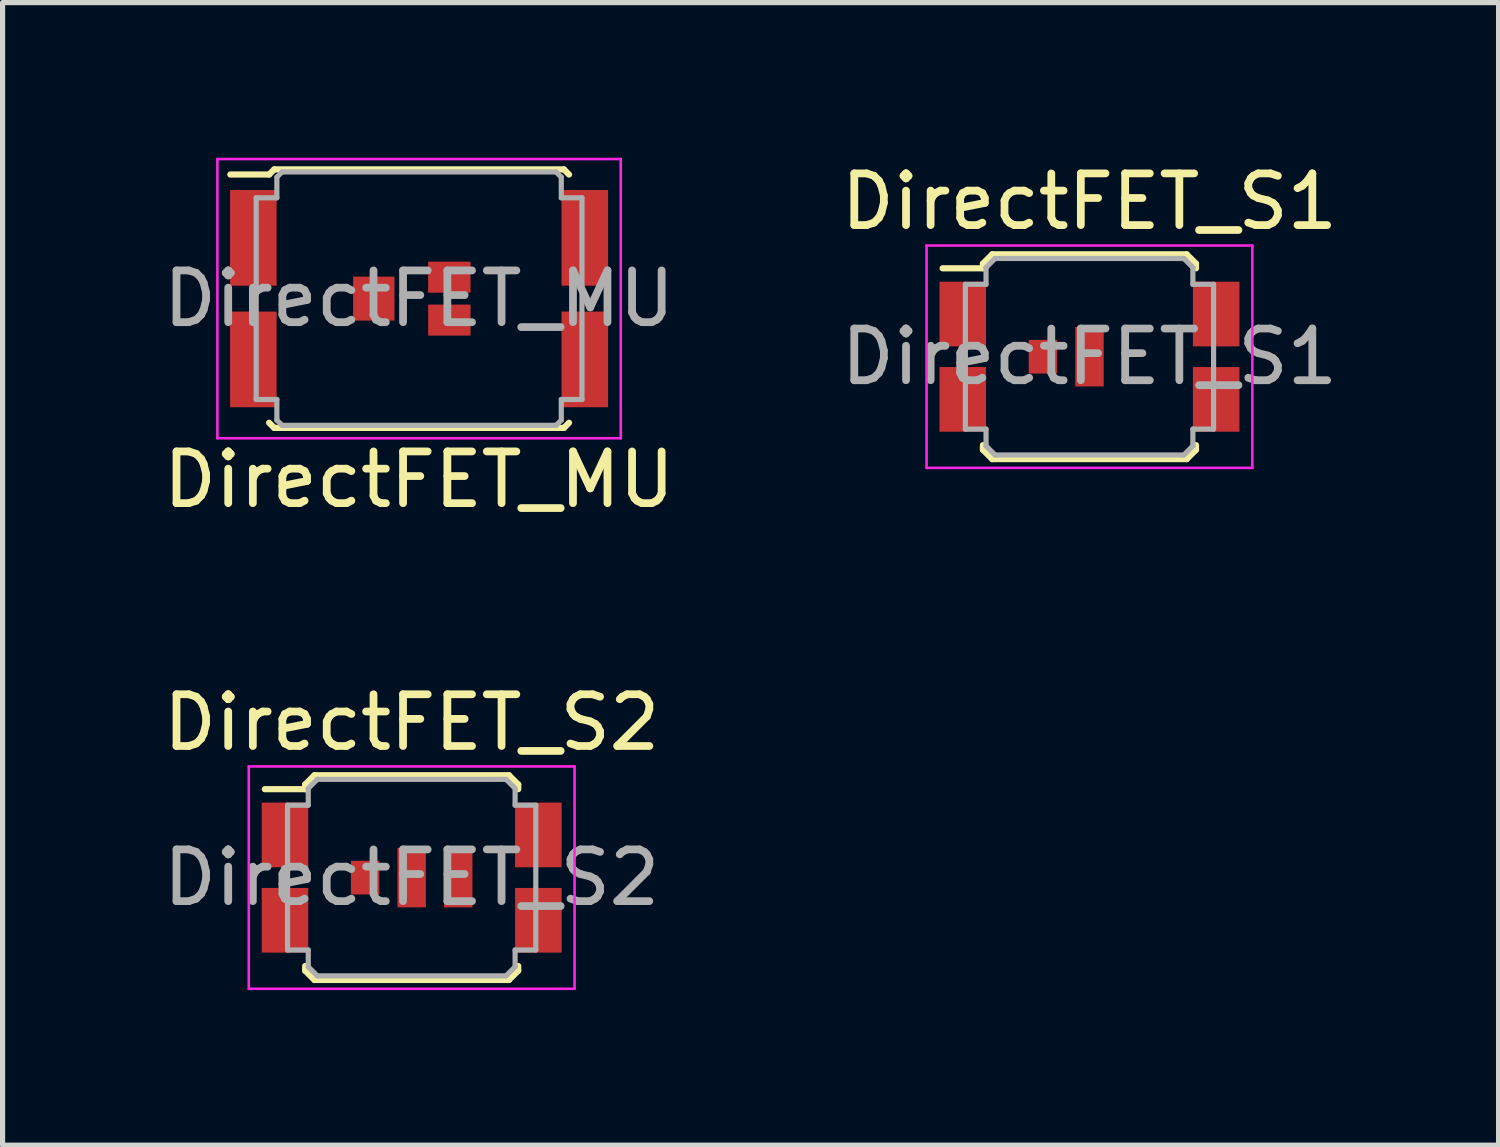
<source format=kicad_pcb>
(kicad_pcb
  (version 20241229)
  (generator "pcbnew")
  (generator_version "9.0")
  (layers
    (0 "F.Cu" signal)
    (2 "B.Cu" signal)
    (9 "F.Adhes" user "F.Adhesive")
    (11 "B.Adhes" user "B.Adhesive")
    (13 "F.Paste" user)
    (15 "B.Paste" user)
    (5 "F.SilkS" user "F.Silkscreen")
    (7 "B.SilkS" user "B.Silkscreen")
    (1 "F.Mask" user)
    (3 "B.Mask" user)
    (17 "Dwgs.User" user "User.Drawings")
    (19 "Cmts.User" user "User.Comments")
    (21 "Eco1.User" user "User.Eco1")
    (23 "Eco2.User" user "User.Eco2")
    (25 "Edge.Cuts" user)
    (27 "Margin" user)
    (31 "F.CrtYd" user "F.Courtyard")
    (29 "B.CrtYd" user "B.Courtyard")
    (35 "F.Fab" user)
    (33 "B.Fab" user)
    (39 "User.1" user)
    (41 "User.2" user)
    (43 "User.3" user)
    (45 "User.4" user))
  (footprint "DirectFET_S2"
    (layer "F.Cu")
    (at 4.911 13.921)
    (property "Reference" "DirectFET_S2" (at 0 -3 0) (layer "F.SilkS") (effects (font (size 1 1) (thickness 0.15))))
    (attr smd)
    (fp_line (start -2.84 -1.71) (end -2.06 -1.71) (stroke (width 0.12) (type solid)) (layer "F.SilkS"))
    (fp_line (start -2.06 -1.8) (end -1.88 -1.98) (stroke (width 0.12) (type solid)) (layer "F.SilkS"))
    (fp_line (start -2.06 -1.71) (end -2.06 -1.8) (stroke (width 0.12) (type solid)) (layer "F.SilkS"))
    (fp_line (start -2.06 1.71) (end -2.06 1.8) (stroke (width 0.12) (type solid)) (layer "F.SilkS"))
    (fp_line (start -2.06 1.8) (end -1.88 1.98) (stroke (width 0.12) (type solid)) (layer "F.SilkS"))
    (fp_line (start -1.88 -1.98) (end 1.88 -1.98) (stroke (width 0.12) (type solid)) (layer "F.SilkS"))
    (fp_line (start -1.88 1.98) (end 1.88 1.98) (stroke (width 0.12) (type solid)) (layer "F.SilkS"))
    (fp_line (start 2.06 -1.8) (end 1.88 -1.98) (stroke (width 0.12) (type solid)) (layer "F.SilkS"))
    (fp_line (start 2.06 -1.71) (end 2.06 -1.8) (stroke (width 0.12) (type solid)) (layer "F.SilkS"))
    (fp_line (start 2.06 1.71) (end 2.06 1.8) (stroke (width 0.12) (type solid)) (layer "F.SilkS"))
    (fp_line (start 2.06 1.8) (end 1.88 1.98) (stroke (width 0.12) (type solid)) (layer "F.SilkS"))
    (fp_line (start -3.15 -2.15) (end -3.15 2.15) (stroke (width 0.05) (type solid)) (layer "F.CrtYd"))
    (fp_line (start -3.15 -2.15) (end 3.15 -2.15) (stroke (width 0.05) (type solid)) (layer "F.CrtYd"))
    (fp_line (start -3.15 2.15) (end 3.15 2.15) (stroke (width 0.05) (type solid)) (layer "F.CrtYd"))
    (fp_line (start 3.15 -2.15) (end 3.15 2.15) (stroke (width 0.05) (type solid)) (layer "F.CrtYd"))
    (fp_line (start -2.4 -1.4) (end -2 -1.4) (stroke (width 0.1) (type solid)) (layer "F.Fab"))
    (fp_line (start -2.4 1.4) (end -2.4 -1.4) (stroke (width 0.1) (type solid)) (layer "F.Fab"))
    (fp_line (start -2.4 1.4) (end -2 1.4) (stroke (width 0.1) (type solid)) (layer "F.Fab"))
    (fp_line (start -2 -1.725) (end -1.825 -1.9) (stroke (width 0.1) (type solid)) (layer "F.Fab"))
    (fp_line (start -2 -1.4) (end -2 -1.725) (stroke (width 0.1) (type solid)) (layer "F.Fab"))
    (fp_line (start -2 1.4) (end -2 1.725) (stroke (width 0.1) (type solid)) (layer "F.Fab"))
    (fp_line (start -2 1.725) (end -1.825 1.9) (stroke (width 0.1) (type solid)) (layer "F.Fab"))
    (fp_line (start -1.825 -1.9) (end 1.825 -1.9) (stroke (width 0.1) (type solid)) (layer "F.Fab"))
    (fp_line (start -1.825 1.9) (end 1.825 1.9) (stroke (width 0.1) (type solid)) (layer "F.Fab"))
    (fp_line (start 1.825 -1.9) (end 2 -1.725) (stroke (width 0.1) (type solid)) (layer "F.Fab"))
    (fp_line (start 1.825 1.9) (end 2 1.725) (stroke (width 0.1) (type solid)) (layer "F.Fab"))
    (fp_line (start 2 -1.4) (end 2 -1.725) (stroke (width 0.1) (type solid)) (layer "F.Fab"))
    (fp_line (start 2 1.4) (end 2 1.725) (stroke (width 0.1) (type solid)) (layer "F.Fab"))
    (fp_line (start 2.4 -1.4) (end 2 -1.4) (stroke (width 0.1) (type solid)) (layer "F.Fab"))
    (fp_line (start 2.4 1.4) (end 2 1.4) (stroke (width 0.1) (type solid)) (layer "F.Fab"))
    (fp_line (start 2.4 1.4) (end 2.4 -1.4) (stroke (width 0.1) (type solid)) (layer "F.Fab"))
    (fp_text user "${REFERENCE}" (at 0 0 0) (layer "F.Fab") (effects (font (size 1 1) (thickness 0.15))))
    (pad "1" smd rect (at -2.45 -0.825) (size 0.9 1.25) (layers "F.Cu" "F.Mask" "F.Paste"))
    (pad "1" smd rect (at -2.45 0.825) (size 0.9 1.25) (layers "F.Cu" "F.Mask" "F.Paste"))
    (pad "1" smd rect (at 2.45 -0.825) (size 0.9 1.25) (layers "F.Cu" "F.Mask" "F.Paste"))
    (pad "1" smd rect (at 2.45 0.825) (size 0.9 1.25) (layers "F.Cu" "F.Mask" "F.Paste"))
    (pad "2" smd rect (at -0.9 0) (size 0.55 0.65) (layers "F.Cu" "F.Mask" "F.Paste"))
    (pad "3" smd rect (at 0 0) (size 0.55 1.15) (layers "F.Cu" "F.Mask" "F.Paste"))
    (pad "3" smd rect (at 0.9 0) (size 0.55 1.15) (layers "F.Cu" "F.Mask" "F.Paste")))
  (footprint "DirectFET_S1"
    (layer "F.Cu")
    (at 18.018 3.848)
    (property "Reference" "DirectFET_S1" (at 0 -3 0) (layer "F.SilkS") (effects (font (size 1 1) (thickness 0.15))))
    (attr smd)
    (fp_line (start -2.84 -1.71) (end -2.06 -1.71) (stroke (width 0.12) (type solid)) (layer "F.SilkS"))
    (fp_line (start -2.06 -1.8) (end -1.88 -1.98) (stroke (width 0.12) (type solid)) (layer "F.SilkS"))
    (fp_line (start -2.06 -1.71) (end -2.06 -1.8) (stroke (width 0.12) (type solid)) (layer "F.SilkS"))
    (fp_line (start -2.06 1.71) (end -2.06 1.8) (stroke (width 0.12) (type solid)) (layer "F.SilkS"))
    (fp_line (start -2.06 1.8) (end -1.88 1.98) (stroke (width 0.12) (type solid)) (layer "F.SilkS"))
    (fp_line (start -1.88 -1.98) (end 1.88 -1.98) (stroke (width 0.12) (type solid)) (layer "F.SilkS"))
    (fp_line (start -1.88 1.98) (end 1.88 1.98) (stroke (width 0.12) (type solid)) (layer "F.SilkS"))
    (fp_line (start 2.06 -1.8) (end 1.88 -1.98) (stroke (width 0.12) (type solid)) (layer "F.SilkS"))
    (fp_line (start 2.06 -1.71) (end 2.06 -1.8) (stroke (width 0.12) (type solid)) (layer "F.SilkS"))
    (fp_line (start 2.06 1.71) (end 2.06 1.8) (stroke (width 0.12) (type solid)) (layer "F.SilkS"))
    (fp_line (start 2.06 1.8) (end 1.88 1.98) (stroke (width 0.12) (type solid)) (layer "F.SilkS"))
    (fp_line (start -3.15 -2.15) (end -3.15 2.15) (stroke (width 0.05) (type solid)) (layer "F.CrtYd"))
    (fp_line (start -3.15 -2.15) (end 3.15 -2.15) (stroke (width 0.05) (type solid)) (layer "F.CrtYd"))
    (fp_line (start -3.15 2.15) (end 3.15 2.15) (stroke (width 0.05) (type solid)) (layer "F.CrtYd"))
    (fp_line (start 3.15 -2.15) (end 3.15 2.15) (stroke (width 0.05) (type solid)) (layer "F.CrtYd"))
    (fp_line (start -2.4 -1.4) (end -2 -1.4) (stroke (width 0.1) (type solid)) (layer "F.Fab"))
    (fp_line (start -2.4 1.4) (end -2.4 -1.4) (stroke (width 0.1) (type solid)) (layer "F.Fab"))
    (fp_line (start -2.4 1.4) (end -2 1.4) (stroke (width 0.1) (type solid)) (layer "F.Fab"))
    (fp_line (start -2 -1.725) (end -1.825 -1.9) (stroke (width 0.1) (type solid)) (layer "F.Fab"))
    (fp_line (start -2 -1.4) (end -2 -1.725) (stroke (width 0.1) (type solid)) (layer "F.Fab"))
    (fp_line (start -2 1.4) (end -2 1.725) (stroke (width 0.1) (type solid)) (layer "F.Fab"))
    (fp_line (start -2 1.725) (end -1.825 1.9) (stroke (width 0.1) (type solid)) (layer "F.Fab"))
    (fp_line (start -1.825 -1.9) (end 1.825 -1.9) (stroke (width 0.1) (type solid)) (layer "F.Fab"))
    (fp_line (start -1.825 1.9) (end 1.825 1.9) (stroke (width 0.1) (type solid)) (layer "F.Fab"))
    (fp_line (start 1.825 -1.9) (end 2 -1.725) (stroke (width 0.1) (type solid)) (layer "F.Fab"))
    (fp_line (start 1.825 1.9) (end 2 1.725) (stroke (width 0.1) (type solid)) (layer "F.Fab"))
    (fp_line (start 2 -1.4) (end 2 -1.725) (stroke (width 0.1) (type solid)) (layer "F.Fab"))
    (fp_line (start 2 1.4) (end 2 1.725) (stroke (width 0.1) (type solid)) (layer "F.Fab"))
    (fp_line (start 2.4 -1.4) (end 2 -1.4) (stroke (width 0.1) (type solid)) (layer "F.Fab"))
    (fp_line (start 2.4 1.4) (end 2 1.4) (stroke (width 0.1) (type solid)) (layer "F.Fab"))
    (fp_line (start 2.4 1.4) (end 2.4 -1.4) (stroke (width 0.1) (type solid)) (layer "F.Fab"))
    (fp_text user "${REFERENCE}" (at 0 0 0) (layer "F.Fab") (effects (font (size 1 1) (thickness 0.15))))
    (pad "1" smd rect (at -2.45 -0.825) (size 0.9 1.25) (layers "F.Cu" "F.Mask" "F.Paste"))
    (pad "1" smd rect (at -2.45 0.825) (size 0.9 1.25) (layers "F.Cu" "F.Mask" "F.Paste"))
    (pad "1" smd rect (at 2.45 -0.825) (size 0.9 1.25) (layers "F.Cu" "F.Mask" "F.Paste"))
    (pad "1" smd rect (at 2.45 0.825) (size 0.9 1.25) (layers "F.Cu" "F.Mask" "F.Paste"))
    (pad "2" smd rect (at -0.9 0) (size 0.55 0.65) (layers "F.Cu" "F.Mask" "F.Paste"))
    (pad "3" smd rect (at 0 0) (size 0.55 1.15) (layers "F.Cu" "F.Mask" "F.Paste")))
  (footprint "DirectFET_MU"
    (layer "F.Cu")
    (at 5.054 2.725)
    (property "Reference" "DirectFET_MU" (at 0 3.5 0) (layer "F.SilkS") (effects (font (size 1 1) (thickness 0.15))))
    (attr smd)
    (fp_line (start -3.65 -2.4) (end -2.9 -2.4) (stroke (width 0.12) (type solid)) (layer "F.SilkS"))
    (fp_line (start -2.9 -2.4) (end -2.8 -2.5) (stroke (width 0.12) (type solid)) (layer "F.SilkS"))
    (fp_line (start -2.8 -2.5) (end 2.8 -2.5) (stroke (width 0.12) (type solid)) (layer "F.SilkS"))
    (fp_line (start -2.8 2.5) (end -2.9 2.4) (stroke (width 0.12) (type solid)) (layer "F.SilkS"))
    (fp_line (start 2.8 -2.5) (end 2.9 -2.4) (stroke (width 0.12) (type solid)) (layer "F.SilkS"))
    (fp_line (start 2.8 2.5) (end -2.8 2.5) (stroke (width 0.12) (type solid)) (layer "F.SilkS"))
    (fp_line (start 2.9 2.4) (end 2.8 2.5) (stroke (width 0.12) (type solid)) (layer "F.SilkS"))
    (fp_line (start -3.9 -2.7) (end -3.9 2.7) (stroke (width 0.05) (type solid)) (layer "F.CrtYd"))
    (fp_line (start -3.9 2.7) (end 3.9 2.7) (stroke (width 0.05) (type solid)) (layer "F.CrtYd"))
    (fp_line (start 3.9 -2.7) (end -3.9 -2.7) (stroke (width 0.05) (type solid)) (layer "F.CrtYd"))
    (fp_line (start 3.9 2.7) (end 3.9 -2.7) (stroke (width 0.05) (type solid)) (layer "F.CrtYd"))
    (fp_line (start -3.15 -1.95) (end -2.75 -1.95) (stroke (width 0.1) (type solid)) (layer "F.Fab"))
    (fp_line (start -3.15 1.95) (end -3.15 -1.95) (stroke (width 0.1) (type solid)) (layer "F.Fab"))
    (fp_line (start -3.15 1.95) (end -2.75 1.95) (stroke (width 0.1) (type solid)) (layer "F.Fab"))
    (fp_line (start -2.75 -2.35) (end -2.65 -2.45) (stroke (width 0.1) (type solid)) (layer "F.Fab"))
    (fp_line (start -2.75 -1.95) (end -2.75 -2.35) (stroke (width 0.1) (type solid)) (layer "F.Fab"))
    (fp_line (start -2.75 1.95) (end -2.75 2.35) (stroke (width 0.1) (type solid)) (layer "F.Fab"))
    (fp_line (start -2.75 2.35) (end -2.65 2.45) (stroke (width 0.1) (type solid)) (layer "F.Fab"))
    (fp_line (start -2.65 2.45) (end 2.65 2.45) (stroke (width 0.1) (type solid)) (layer "F.Fab"))
    (fp_line (start 2.65 -2.45) (end -2.65 -2.45) (stroke (width 0.1) (type solid)) (layer "F.Fab"))
    (fp_line (start 2.65 -2.45) (end 2.75 -2.35) (stroke (width 0.1) (type solid)) (layer "F.Fab"))
    (fp_line (start 2.75 -2.35) (end 2.75 -1.95) (stroke (width 0.1) (type solid)) (layer "F.Fab"))
    (fp_line (start 2.75 -1.95) (end 3.15 -1.95) (stroke (width 0.1) (type solid)) (layer "F.Fab"))
    (fp_line (start 2.75 1.95) (end 2.75 2.35) (stroke (width 0.1) (type solid)) (layer "F.Fab"))
    (fp_line (start 2.75 2.35) (end 2.65 2.45) (stroke (width 0.1) (type solid)) (layer "F.Fab"))
    (fp_line (start 3.15 -1.95) (end 3.15 1.95) (stroke (width 0.1) (type solid)) (layer "F.Fab"))
    (fp_line (start 3.15 1.95) (end 2.75 1.95) (stroke (width 0.1) (type solid)) (layer "F.Fab"))
    (fp_text user "${REFERENCE}" (at 0 0 0) (layer "F.Fab") (effects (font (size 1 1) (thickness 0.15))))
    (pad "1" smd rect (at -3.205 -1.175) (size 0.9 1.85) (layers "F.Cu" "F.Mask" "F.Paste"))
    (pad "1" smd rect (at -3.205 1.175) (size 0.9 1.85) (layers "F.Cu" "F.Mask" "F.Paste"))
    (pad "1" smd rect (at 3.205 -1.175) (size 0.9 1.85) (layers "F.Cu" "F.Mask" "F.Paste"))
    (pad "1" smd rect (at 3.205 1.175) (size 0.9 1.85) (layers "F.Cu" "F.Mask" "F.Paste"))
    (pad "2" smd rect (at -0.875 0) (size 0.8 0.85) (layers "F.Cu" "F.Mask" "F.Paste"))
    (pad "3" smd rect (at 0.585 -0.415) (size 0.82 0.6) (layers "F.Cu" "F.Mask" "F.Paste"))
    (pad "3" smd rect (at 0.585 0.415) (size 0.82 0.6) (layers "F.Cu" "F.Mask" "F.Paste")))
  (gr_rect
    (start -3 -3)
    (end 25.929 19.096)
    (stroke (width 0.1) (type default))
    (fill no)
    (layer "Edge.Cuts")))
</source>
